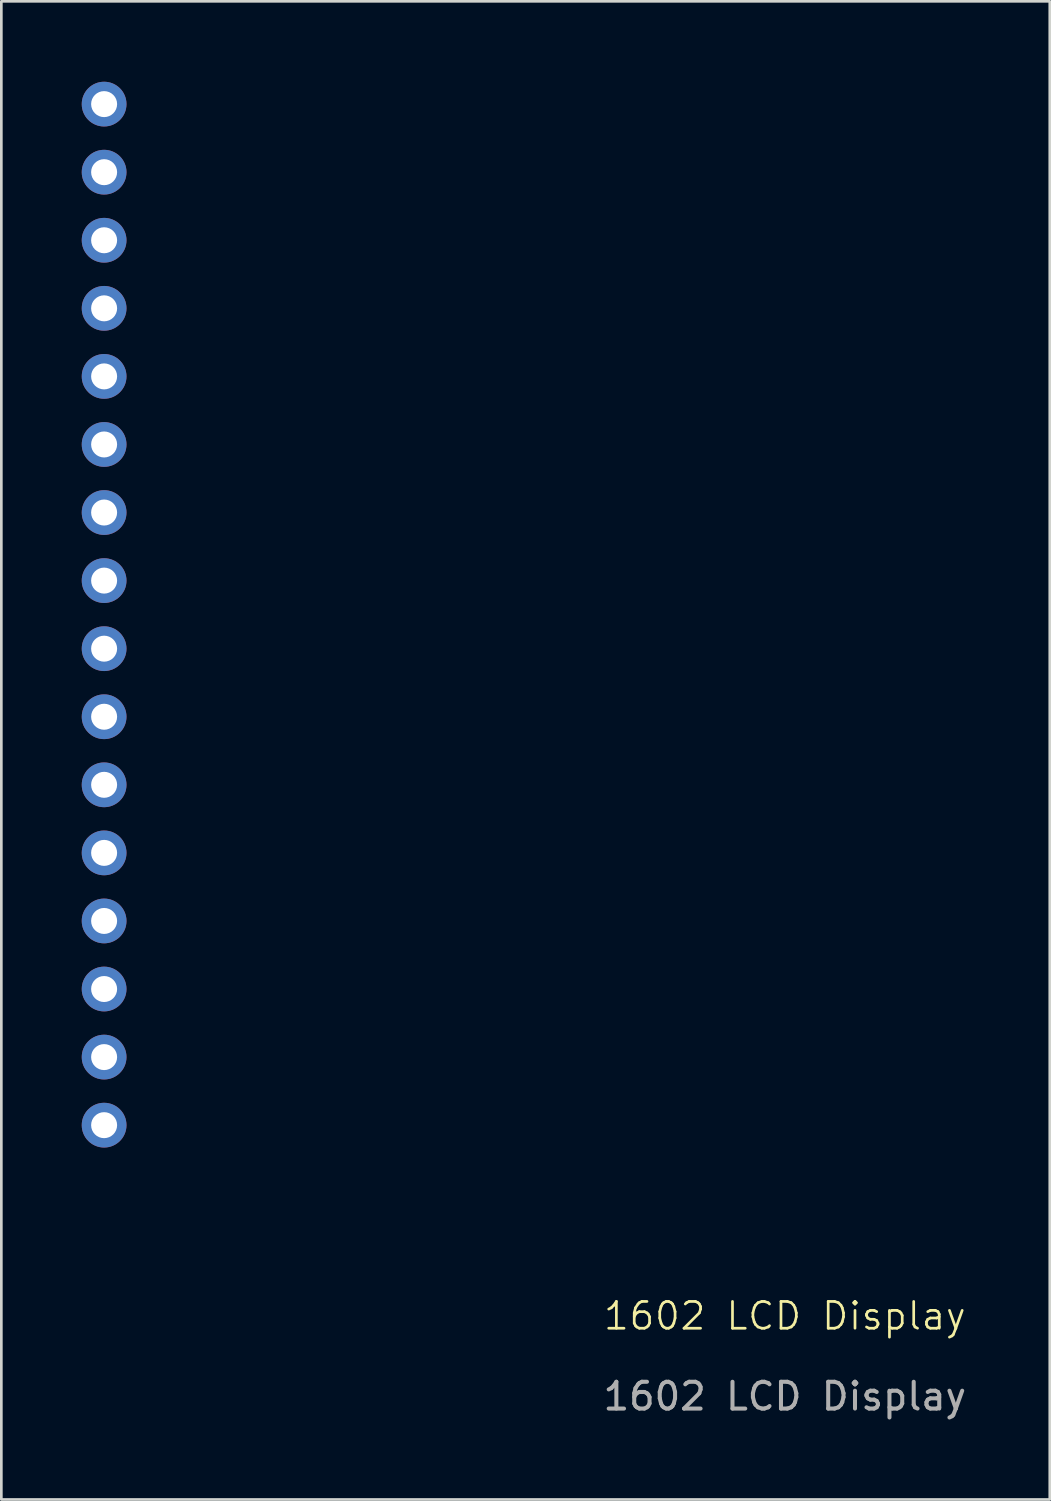
<source format=kicad_pcb>
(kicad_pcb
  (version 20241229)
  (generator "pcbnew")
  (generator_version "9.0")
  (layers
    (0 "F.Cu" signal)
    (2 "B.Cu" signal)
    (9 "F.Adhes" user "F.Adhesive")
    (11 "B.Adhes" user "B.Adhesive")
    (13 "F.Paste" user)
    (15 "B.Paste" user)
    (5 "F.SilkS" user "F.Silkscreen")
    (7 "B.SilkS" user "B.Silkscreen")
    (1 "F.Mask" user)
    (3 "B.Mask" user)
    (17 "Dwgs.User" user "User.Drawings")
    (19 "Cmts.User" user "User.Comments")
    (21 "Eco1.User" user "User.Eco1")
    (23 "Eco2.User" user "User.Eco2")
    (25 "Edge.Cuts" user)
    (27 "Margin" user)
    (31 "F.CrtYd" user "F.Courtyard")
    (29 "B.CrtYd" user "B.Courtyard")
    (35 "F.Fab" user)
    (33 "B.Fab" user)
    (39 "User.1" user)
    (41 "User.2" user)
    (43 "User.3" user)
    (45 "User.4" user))
  (footprint "1602 LCD Display"
    (layer "F.Cu")
    (at 26.235 46.555)
    (property "Reference" "1602 LCD Display" (at 0 -0.5 0) (unlocked yes) (layer "F.SilkS") (effects (font (size 1 1) (thickness 0.1))))
    (attr through_hole)
    (fp_text user "${REFERENCE}" (at 0 2.5 0) (unlocked yes) (layer "F.Fab") (effects (font (size 1 1) (thickness 0.15))))
    (pad "1" thru_hole circle (at -25.4 -45.72) (size 1.67 1.67) (drill 0.97) (layers "*.Cu" "*.Mask"))
    (pad "2" thru_hole circle (at -25.4 -43.18) (size 1.67 1.67) (drill 0.97) (layers "*.Cu" "*.Mask"))
    (pad "3" thru_hole circle (at -25.4 -40.64) (size 1.67 1.67) (drill 0.97) (layers "*.Cu" "*.Mask"))
    (pad "4" thru_hole circle (at -25.4 -38.1) (size 1.67 1.67) (drill 0.97) (layers "*.Cu" "*.Mask"))
    (pad "5" thru_hole circle (at -25.4 -35.56) (size 1.67 1.67) (drill 0.97) (layers "*.Cu" "*.Mask"))
    (pad "6" thru_hole circle (at -25.4 -33.02) (size 1.67 1.67) (drill 0.97) (layers "*.Cu" "*.Mask"))
    (pad "7" thru_hole circle (at -25.4 -30.48) (size 1.67 1.67) (drill 0.97) (layers "*.Cu" "*.Mask"))
    (pad "8" thru_hole circle (at -25.4 -27.94) (size 1.67 1.67) (drill 0.97) (layers "*.Cu" "*.Mask"))
    (pad "9" thru_hole circle (at -25.4 -25.4) (size 1.67 1.67) (drill 0.97) (layers "*.Cu" "*.Mask"))
    (pad "10" thru_hole circle (at -25.4 -22.86) (size 1.67 1.67) (drill 0.97) (layers "*.Cu" "*.Mask"))
    (pad "11" thru_hole circle (at -25.4 -20.32) (size 1.67 1.67) (drill 0.97) (layers "*.Cu" "*.Mask"))
    (pad "12" thru_hole circle (at -25.4 -17.78) (size 1.67 1.67) (drill 0.97) (layers "*.Cu" "*.Mask"))
    (pad "13" thru_hole circle (at -25.4 -15.24) (size 1.67 1.67) (drill 0.97) (layers "*.Cu" "*.Mask"))
    (pad "14" thru_hole circle (at -25.4 -12.7) (size 1.67 1.67) (drill 0.97) (layers "*.Cu" "*.Mask"))
    (pad "15" thru_hole circle (at -25.4 -10.16) (size 1.67 1.67) (drill 0.97) (layers "*.Cu" "*.Mask"))
    (pad "16" thru_hole circle (at -25.4 -7.62) (size 1.67 1.67) (drill 0.97) (layers "*.Cu" "*.Mask")))
  (gr_rect
    (start -3 -3)
    (end 36.122 52.903)
    (stroke (width 0.1) (type default))
    (fill no)
    (layer "Edge.Cuts")))
</source>
